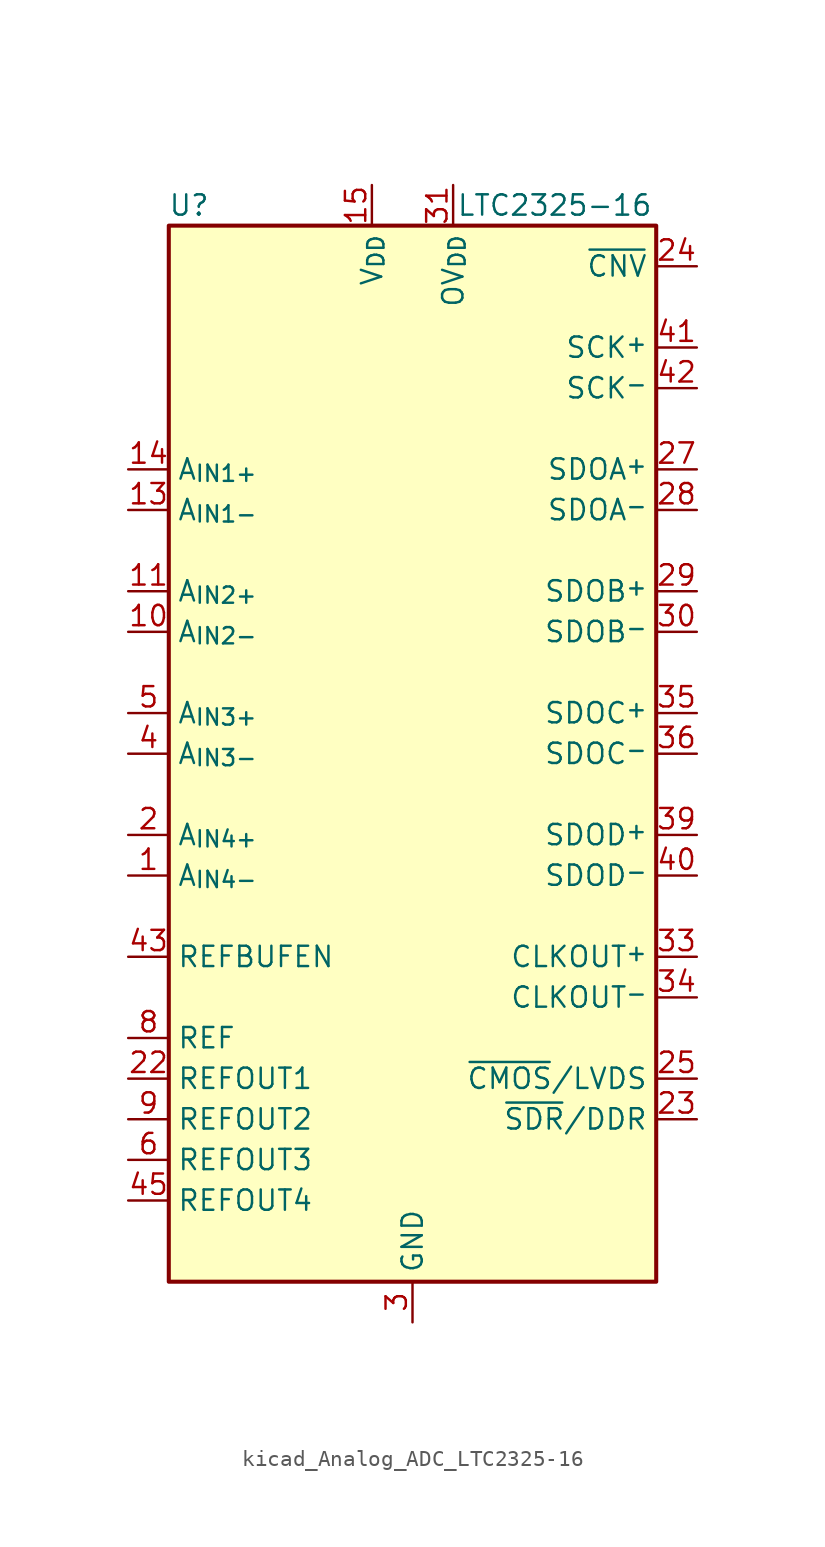
<source format=kicad_sym>
(kicad_symbol_lib
  (version 20220914)
  (generator kicad_symbol_editor)
  (symbol "kicad_Analog_ADC_LTC2325-16"
    (property "Reference" "U"
      (at -13.97 34.29 0)
      (effects (font (size 1.27 1.27))))
    (property "Value" "LTC2325-16"
      (at 8.89 34.29 0)
      (effects (font (size 1.27 1.27))))
    (symbol "kicad_Analog_ADC_LTC2325-16_0_1"
      (rectangle (start -15.24 33.02) (end 15.24 -33.02) (stroke (width 0.254) (type default)) (fill (type background))))
    (symbol "kicad_Analog_ADC_LTC2325-16_1_1"
      (pin input line (at -17.78 -7.62 0) (length 2.54) (name "A_{IN4-}" (effects (font (size 1.27 1.27)))) (number "1" (effects (font (size 1.27 1.27)))))
      (pin input line (at -17.78 7.62 0) (length 2.54) (name "A_{IN2-}" (effects (font (size 1.27 1.27)))) (number "10" (effects (font (size 1.27 1.27)))))
      (pin input line (at -17.78 10.16 0) (length 2.54) (name "A_{IN2+}" (effects (font (size 1.27 1.27)))) (number "11" (effects (font (size 1.27 1.27)))))
      (pin passive line (at 0 -35.56 90) (length 2.54) hide (name "GND" (effects (font (size 1.27 1.27)))) (number "12" (effects (font (size 1.27 1.27)))))
      (pin input line (at -17.78 15.24 0) (length 2.54) (name "A_{IN1-}" (effects (font (size 1.27 1.27)))) (number "13" (effects (font (size 1.27 1.27)))))
      (pin input line (at -17.78 17.78 0) (length 2.54) (name "A_{IN1+}" (effects (font (size 1.27 1.27)))) (number "14" (effects (font (size 1.27 1.27)))))
      (pin power_in line (at -2.54 35.56 270) (length 2.54) (name "V_{DD}" (effects (font (size 1.27 1.27)))) (number "15" (effects (font (size 1.27 1.27)))))
      (pin no_connect line (at -12.7 -33.02 90) (length 2.54) hide (name "NC" (effects (font (size 1.27 1.27)))) (number "16" (effects (font (size 1.27 1.27)))))
      (pin no_connect line (at -10.16 -33.02 90) (length 2.54) hide (name "NC" (effects (font (size 1.27 1.27)))) (number "17" (effects (font (size 1.27 1.27)))))
      (pin passive line (at 0 -35.56 90) (length 2.54) hide (name "GND" (effects (font (size 1.27 1.27)))) (number "18" (effects (font (size 1.27 1.27)))))
      (pin no_connect line (at -7.62 -33.02 90) (length 2.54) hide (name "NC" (effects (font (size 1.27 1.27)))) (number "19" (effects (font (size 1.27 1.27)))))
      (pin input line (at -17.78 -5.08 0) (length 2.54) (name "A_{IN4+}" (effects (font (size 1.27 1.27)))) (number "2" (effects (font (size 1.27 1.27)))))
      (pin no_connect line (at -5.08 -33.02 90) (length 2.54) hide (name "NC" (effects (font (size 1.27 1.27)))) (number "20" (effects (font (size 1.27 1.27)))))
      (pin passive line (at -2.54 35.56 270) (length 2.54) hide (name "V_{DD}" (effects (font (size 1.27 1.27)))) (number "21" (effects (font (size 1.27 1.27)))))
      (pin passive line (at -17.78 -20.32 0) (length 2.54) (name "REFOUT1" (effects (font (size 1.27 1.27)))) (number "22" (effects (font (size 1.27 1.27)))))
      (pin input line (at 17.78 -22.86 180) (length 2.54) (name "~{SDR}/DDR" (effects (font (size 1.27 1.27)))) (number "23" (effects (font (size 1.27 1.27)))))
      (pin input line (at 17.78 30.48 180) (length 2.54) (name "~{CNV}" (effects (font (size 1.27 1.27)))) (number "24" (effects (font (size 1.27 1.27)))))
      (pin input line (at 17.78 -20.32 180) (length 2.54) (name "~{CMOS}/LVDS" (effects (font (size 1.27 1.27)))) (number "25" (effects (font (size 1.27 1.27)))))
      (pin passive line (at 0 -35.56 90) (length 2.54) hide (name "GND" (effects (font (size 1.27 1.27)))) (number "26" (effects (font (size 1.27 1.27)))))
      (pin output line (at 17.78 17.78 180) (length 2.54) (name "SDOA^{+}" (effects (font (size 1.27 1.27)))) (number "27" (effects (font (size 1.27 1.27)))) (alternate "SDOA" tri_state line))
      (pin output line (at 17.78 15.24 180) (length 2.54) (name "SDOA^{-}" (effects (font (size 1.27 1.27)))) (number "28" (effects (font (size 1.27 1.27)))) (alternate "DNC" no_connect line))
      (pin output line (at 17.78 10.16 180) (length 2.54) (name "SDOB^{+}" (effects (font (size 1.27 1.27)))) (number "29" (effects (font (size 1.27 1.27)))) (alternate "SDOB" tri_state line))
      (pin power_in line (at 0 -35.56 90) (length 2.54) (name "GND" (effects (font (size 1.27 1.27)))) (number "3" (effects (font (size 1.27 1.27)))))
      (pin output line (at 17.78 7.62 180) (length 2.54) (name "SDOB^{-}" (effects (font (size 1.27 1.27)))) (number "30" (effects (font (size 1.27 1.27)))) (alternate "DNC" no_connect line))
      (pin power_in line (at 2.54 35.56 270) (length 2.54) (name "OV_{DD}" (effects (font (size 1.27 1.27)))) (number "31" (effects (font (size 1.27 1.27)))))
      (pin passive line (at 0 -35.56 90) (length 2.54) hide (name "GND" (effects (font (size 1.27 1.27)))) (number "32" (effects (font (size 1.27 1.27)))))
      (pin output line (at 17.78 -12.7 180) (length 2.54) (name "CLKOUT^{+}" (effects (font (size 1.27 1.27)))) (number "33" (effects (font (size 1.27 1.27)))) (alternate "CLKOUT" tri_state line))
      (pin output line (at 17.78 -15.24 180) (length 2.54) (name "CLKOUT^{-}" (effects (font (size 1.27 1.27)))) (number "34" (effects (font (size 1.27 1.27)))) (alternate "~{CLKOUTEN}" input line))
      (pin output line (at 17.78 2.54 180) (length 2.54) (name "SDOC^{+}" (effects (font (size 1.27 1.27)))) (number "35" (effects (font (size 1.27 1.27)))) (alternate "SDOC" tri_state line))
      (pin output line (at 17.78 0 180) (length 2.54) (name "SDOC^{-}" (effects (font (size 1.27 1.27)))) (number "36" (effects (font (size 1.27 1.27)))) (alternate "DNC" no_connect line))
      (pin passive line (at 2.54 35.56 270) (length 2.54) hide (name "OV_{DD}" (effects (font (size 1.27 1.27)))) (number "37" (effects (font (size 1.27 1.27)))))
      (pin passive line (at 0 -35.56 90) (length 2.54) hide (name "GND" (effects (font (size 1.27 1.27)))) (number "38" (effects (font (size 1.27 1.27)))))
      (pin output line (at 17.78 -5.08 180) (length 2.54) (name "SDOD^{+}" (effects (font (size 1.27 1.27)))) (number "39" (effects (font (size 1.27 1.27)))) (alternate "SDOD" tri_state line))
      (pin input line (at -17.78 0 0) (length 2.54) (name "A_{IN3-}" (effects (font (size 1.27 1.27)))) (number "4" (effects (font (size 1.27 1.27)))))
      (pin output line (at 17.78 -7.62 180) (length 2.54) (name "SDOD^{-}" (effects (font (size 1.27 1.27)))) (number "40" (effects (font (size 1.27 1.27)))) (alternate "DNC" no_connect line))
      (pin input line (at 17.78 25.4 180) (length 2.54) (name "SCK^{+}" (effects (font (size 1.27 1.27)))) (number "41" (effects (font (size 1.27 1.27)))) (alternate "SCK" input line))
      (pin input line (at 17.78 22.86 180) (length 2.54) (name "SCK^{-}" (effects (font (size 1.27 1.27)))) (number "42" (effects (font (size 1.27 1.27)))) (alternate "DNC" no_connect line))
      (pin input line (at -17.78 -12.7 0) (length 2.54) (name "REFBUFEN" (effects (font (size 1.27 1.27)))) (number "43" (effects (font (size 1.27 1.27)))))
      (pin passive line (at -2.54 35.56 270) (length 2.54) hide (name "V_{DD}" (effects (font (size 1.27 1.27)))) (number "44" (effects (font (size 1.27 1.27)))))
      (pin passive line (at -17.78 -27.94 0) (length 2.54) (name "REFOUT4" (effects (font (size 1.27 1.27)))) (number "45" (effects (font (size 1.27 1.27)))))
      (pin passive line (at 0 -35.56 90) (length 2.54) hide (name "GND" (effects (font (size 1.27 1.27)))) (number "46" (effects (font (size 1.27 1.27)))))
      (pin no_connect line (at 5.08 -33.02 90) (length 2.54) hide (name "NC" (effects (font (size 1.27 1.27)))) (number "47" (effects (font (size 1.27 1.27)))))
      (pin no_connect line (at 7.62 -33.02 90) (length 2.54) hide (name "NC" (effects (font (size 1.27 1.27)))) (number "48" (effects (font (size 1.27 1.27)))))
      (pin passive line (at 0 -35.56 90) (length 2.54) hide (name "GND" (effects (font (size 1.27 1.27)))) (number "49" (effects (font (size 1.27 1.27)))))
      (pin input line (at -17.78 2.54 0) (length 2.54) (name "A_{IN3+}" (effects (font (size 1.27 1.27)))) (number "5" (effects (font (size 1.27 1.27)))))
      (pin no_connect line (at 10.16 -33.02 90) (length 2.54) hide (name "NC" (effects (font (size 1.27 1.27)))) (number "50" (effects (font (size 1.27 1.27)))))
      (pin no_connect line (at 12.7 -33.02 90) (length 2.54) hide (name "NC" (effects (font (size 1.27 1.27)))) (number "51" (effects (font (size 1.27 1.27)))))
      (pin passive line (at -2.54 35.56 270) (length 2.54) hide (name "V_{DD}" (effects (font (size 1.27 1.27)))) (number "52" (effects (font (size 1.27 1.27)))))
      (pin passive line (at 0 -35.56 90) (length 2.54) hide (name "GND" (effects (font (size 1.27 1.27)))) (number "53" (effects (font (size 1.27 1.27)))))
      (pin passive line (at -17.78 -25.4 0) (length 2.54) (name "REFOUT3" (effects (font (size 1.27 1.27)))) (number "6" (effects (font (size 1.27 1.27)))))
      (pin passive line (at 0 -35.56 90) (length 2.54) hide (name "GND" (effects (font (size 1.27 1.27)))) (number "7" (effects (font (size 1.27 1.27)))))
      (pin passive line (at -17.78 -17.78 0) (length 2.54) (name "REF" (effects (font (size 1.27 1.27)))) (number "8" (effects (font (size 1.27 1.27)))))
      (pin passive line (at -17.78 -22.86 0) (length 2.54) (name "REFOUT2" (effects (font (size 1.27 1.27)))) (number "9" (effects (font (size 1.27 1.27))))))))
</source>
